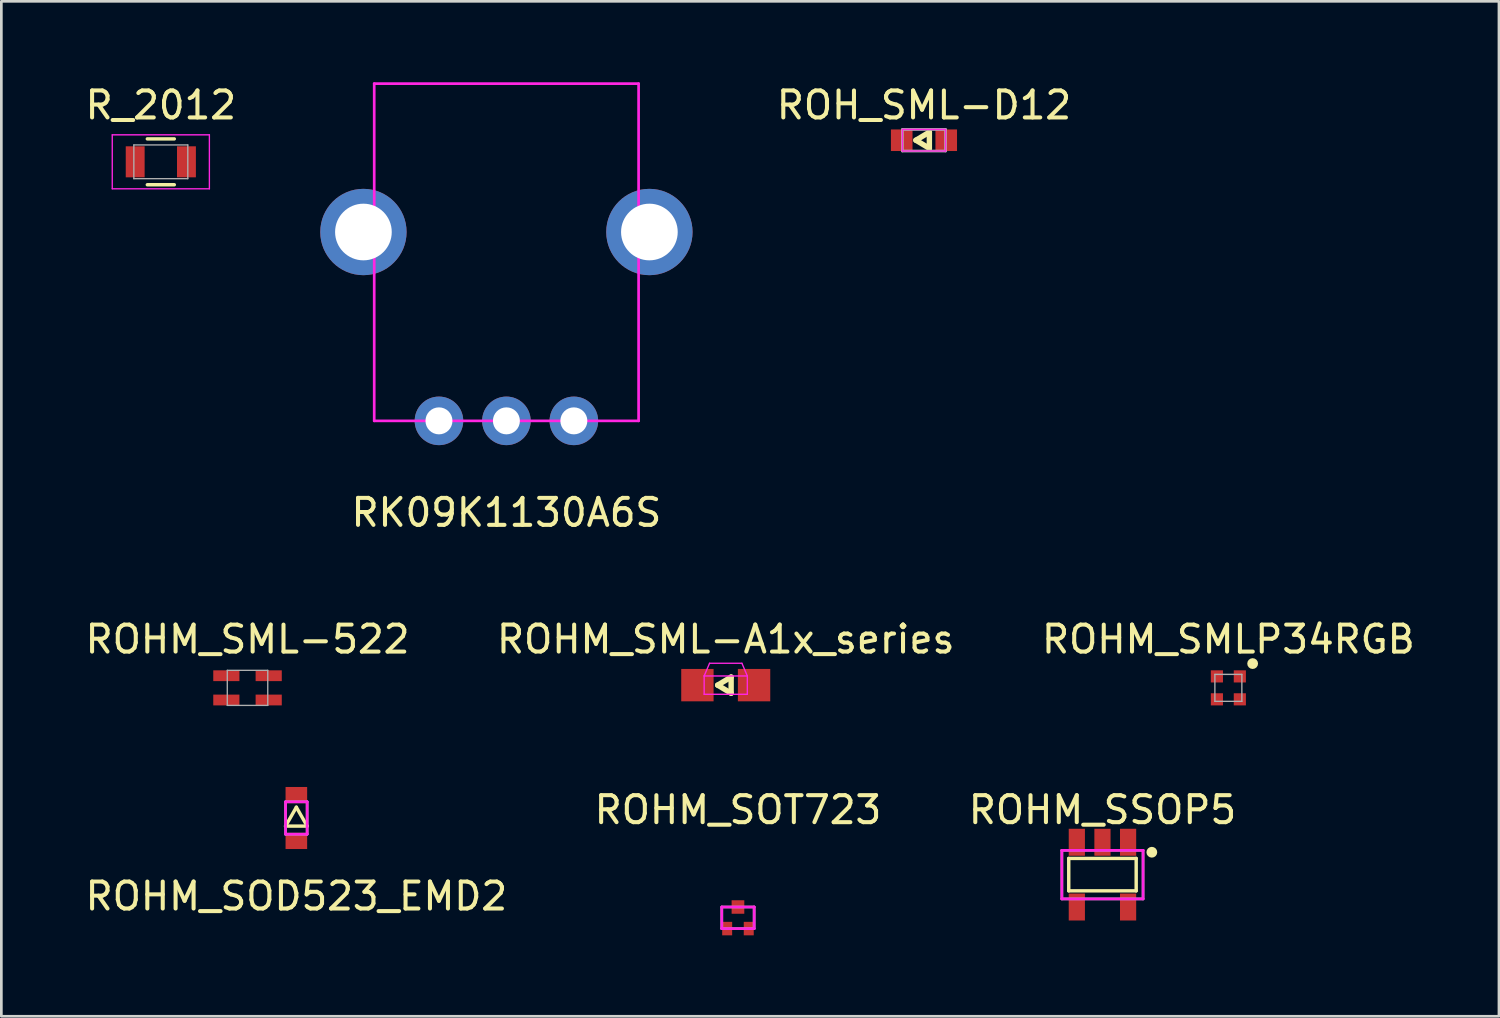
<source format=kicad_pcb>
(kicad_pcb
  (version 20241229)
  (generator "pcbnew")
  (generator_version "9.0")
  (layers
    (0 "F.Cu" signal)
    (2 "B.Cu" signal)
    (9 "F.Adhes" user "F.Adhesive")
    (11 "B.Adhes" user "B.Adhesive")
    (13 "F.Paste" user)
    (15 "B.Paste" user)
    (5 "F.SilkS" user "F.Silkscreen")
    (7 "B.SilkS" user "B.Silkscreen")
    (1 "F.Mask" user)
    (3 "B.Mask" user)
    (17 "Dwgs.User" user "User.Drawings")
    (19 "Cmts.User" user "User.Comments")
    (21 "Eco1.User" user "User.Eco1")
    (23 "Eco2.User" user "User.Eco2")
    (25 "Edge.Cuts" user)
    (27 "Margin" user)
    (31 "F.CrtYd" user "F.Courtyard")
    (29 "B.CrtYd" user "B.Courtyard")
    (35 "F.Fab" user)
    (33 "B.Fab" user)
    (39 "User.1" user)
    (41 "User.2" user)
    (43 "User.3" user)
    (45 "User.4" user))
  (footprint "ROHM_SOD523_EMD2"
    (layer "F.Cu")
    (at 7.935 27.271)
    (property "Reference" "ROHM_SOD523_EMD2" (at 0 2.9 0) (layer "F.SilkS") (effects (font (size 1 1) (thickness 0.15))))
    (attr smd)
    (fp_line (start -0.4 0.3) (end 0.4 0.3) (stroke (width 0.127) (type solid)) (layer "F.SilkS"))
    (fp_line (start 0 -0.4) (end -0.4 0.3) (stroke (width 0.127) (type solid)) (layer "F.SilkS"))
    (fp_line (start 0.4 0.3) (end 0 -0.4) (stroke (width 0.127) (type solid)) (layer "F.SilkS"))
    (fp_line (start -0.4 -0.6) (end 0.4 -0.6) (stroke (width 0.1) (type solid)) (layer "F.CrtYd"))
    (fp_line (start -0.4 0.6) (end -0.4 -0.6) (stroke (width 0.1) (type solid)) (layer "F.CrtYd"))
    (fp_line (start 0.4 -0.6) (end 0.4 0.6) (stroke (width 0.1) (type solid)) (layer "F.CrtYd"))
    (fp_line (start 0.4 0.6) (end -0.4 0.6) (stroke (width 0.1) (type solid)) (layer "F.CrtYd"))
    (fp_line (start -0.4 -0.6) (end 0.4 -0.6) (stroke (width 0.1) (type solid)) (layer "F.Fab"))
    (fp_line (start -0.4 0.6) (end -0.4 -0.6) (stroke (width 0.1) (type solid)) (layer "F.Fab"))
    (fp_line (start 0.4 -0.6) (end 0.4 0.6) (stroke (width 0.1) (type solid)) (layer "F.Fab"))
    (fp_line (start 0.4 0.6) (end -0.4 0.6) (stroke (width 0.1) (type solid)) (layer "F.Fab"))
    (pad "1" smd rect (at 0 -0.85) (size 0.8 0.6) (layers "F.Cu" "F.Mask" "F.Paste"))
    (pad "2" smd rect (at 0 0.85) (size 0.8 0.6) (layers "F.Cu" "F.Mask" "F.Paste")))
  (footprint "ROHM_SMLP34RGB"
    (layer "F.Cu")
    (at 42.482 22.447)
    (property "Reference" "ROHM_SMLP34RGB" (at 0 -1.8 0) (layer "F.SilkS") (effects (font (size 1 1) (thickness 0.15))))
    (attr smd)
    (fp_circle (center 0.9 -0.9) (end 1 -0.9) (stroke (width 0.2) (type solid)) (fill no) (layer "F.SilkS"))
    (fp_line (start -0.5 -0.5) (end 0.5 -0.5) (stroke (width 0.05) (type solid)) (layer "F.Fab"))
    (fp_line (start -0.5 0.5) (end -0.5 -0.5) (stroke (width 0.05) (type solid)) (layer "F.Fab"))
    (fp_line (start 0.5 -0.5) (end 0.5 0.5) (stroke (width 0.05) (type solid)) (layer "F.Fab"))
    (fp_line (start 0.5 0.5) (end -0.5 0.5) (stroke (width 0.05) (type solid)) (layer "F.Fab"))
    (pad "1" smd rect (at 0.425 -0.425) (size 0.45 0.45) (layers "F.Cu" "F.Mask" "F.Paste"))
    (pad "2" smd rect (at 0.425 0.425) (size 0.45 0.45) (layers "F.Cu" "F.Mask" "F.Paste"))
    (pad "3" smd rect (at -0.425 0.425) (size 0.45 0.45) (layers "F.Cu" "F.Mask" "F.Paste"))
    (pad "4" smd rect (at -0.425 -0.425) (size 0.45 0.45) (layers "F.Cu" "F.Mask" "F.Paste")))
  (footprint "RK09K1130A6S"
    (layer "F.Cu")
    (at 15.721 5.55)
    (property "Reference" "RK09K1130A6S" (at 0 10.4 0) (layer "F.SilkS") (effects (font (size 1 1) (thickness 0.15))))
    (attr through_hole)
    (fp_line (start -4.9 -5.5) (end -4.9 7) (stroke (width 0.1) (type solid)) (layer "F.CrtYd"))
    (fp_line (start -4.9 7) (end 4.9 7) (stroke (width 0.1) (type solid)) (layer "F.CrtYd"))
    (fp_line (start 4.9 -5.5) (end -4.9 -5.5) (stroke (width 0.1) (type solid)) (layer "F.CrtYd"))
    (fp_line (start 4.9 7) (end 4.9 -5.5) (stroke (width 0.1) (type solid)) (layer "F.CrtYd"))
    (pad "" thru_hole circle (at -5.3 0) (size 3.2 3.2) (drill 2.1) (layers "*.Cu" "*.Mask"))
    (pad "" thru_hole circle (at 5.3 0) (size 3.2 3.2) (drill 2.1) (layers "*.Cu" "*.Mask"))
    (pad "1" thru_hole circle (at -2.5 7) (size 1.8 1.8) (drill 1) (layers "*.Cu" "*.Mask"))
    (pad "2" thru_hole circle (at 0 7) (size 1.8 1.8) (drill 1) (layers "*.Cu" "*.Mask"))
    (pad "3" thru_hole circle (at 2.5 7) (size 1.8 1.8) (drill 1) (layers "*.Cu" "*.Mask")))
  (footprint "ROHM_SSOP5"
    (layer "F.Cu")
    (at 37.815 29.37)
    (property "Reference" "ROHM_SSOP5" (at 0 -2.4 0) (layer "F.SilkS") (effects (font (size 1 1) (thickness 0.15))))
    (attr smd)
    (fp_line (start -1.25 -0.6) (end 1.25 -0.6) (stroke (width 0.127) (type solid)) (layer "F.SilkS"))
    (fp_line (start -1.25 0.6) (end -1.25 -0.6) (stroke (width 0.127) (type solid)) (layer "F.SilkS"))
    (fp_line (start 1.25 -0.6) (end 1.25 0.6) (stroke (width 0.127) (type solid)) (layer "F.SilkS"))
    (fp_line (start 1.25 0.6) (end -1.25 0.6) (stroke (width 0.127) (type solid)) (layer "F.SilkS"))
    (fp_circle (center 1.83 -0.83) (end 1.83 -0.93) (stroke (width 0.2) (type solid)) (fill no) (layer "F.SilkS"))
    (fp_line (start -1.505 -0.9) (end 1.505 -0.9) (stroke (width 0.1) (type solid)) (layer "F.CrtYd"))
    (fp_line (start -1.505 0.9) (end -1.505 -0.9) (stroke (width 0.1) (type solid)) (layer "F.CrtYd"))
    (fp_line (start 1.505 -0.9) (end 1.505 0.9) (stroke (width 0.1) (type solid)) (layer "F.CrtYd"))
    (fp_line (start 1.505 0.9) (end -1.505 0.9) (stroke (width 0.1) (type solid)) (layer "F.CrtYd"))
    (fp_line (start -1.505 -0.9) (end 1.505 -0.9) (stroke (width 0.1) (type solid)) (layer "F.Fab"))
    (fp_line (start -1.505 0.9) (end -1.505 -0.9) (stroke (width 0.1) (type solid)) (layer "F.Fab"))
    (fp_line (start 1.505 -0.9) (end 1.505 0.9) (stroke (width 0.1) (type solid)) (layer "F.Fab"))
    (fp_line (start 1.505 0.9) (end -1.505 0.9) (stroke (width 0.1) (type solid)) (layer "F.Fab"))
    (pad "1" smd rect (at 0.95 -1.2) (size 0.6 1) (layers "F.Cu" "F.Mask" "F.Paste"))
    (pad "2" smd rect (at 0 -1.2) (size 0.6 1) (layers "F.Cu" "F.Mask" "F.Paste"))
    (pad "3" smd rect (at -0.95 -1.2) (size 0.6 1) (layers "F.Cu" "F.Mask" "F.Paste"))
    (pad "4" smd rect (at -0.95 1.2) (size 0.6 1) (layers "F.Cu" "F.Mask" "F.Paste"))
    (pad "5" smd rect (at 0.95 1.2) (size 0.6 1) (layers "F.Cu" "F.Mask" "F.Paste")))
  (footprint "ROHM_SML-A1x_series"
    (layer "F.Cu")
    (at 23.851 22.346)
    (property "Reference" "ROHM_SML-A1x_series" (at 0 -1.7 0) (layer "F.SilkS") (effects (font (size 1 1) (thickness 0.15))))
    (attr smd)
    (fp_line (start -0.3 0) (end 0.2 -0.3) (stroke (width 0.2) (type solid)) (layer "F.SilkS"))
    (fp_line (start -0.3 0) (end 0.2 0.3) (stroke (width 0.2) (type solid)) (layer "F.SilkS"))
    (fp_line (start 0.2 0.3) (end 0.2 -0.3) (stroke (width 0.2) (type solid)) (layer "F.SilkS"))
    (fp_line (start -0.8 -0.34) (end -0.6 -0.81) (stroke (width 0.05) (type solid)) (layer "F.CrtYd"))
    (fp_line (start -0.8 -0.34) (end 0.8 -0.34) (stroke (width 0.05) (type solid)) (layer "F.CrtYd"))
    (fp_line (start -0.8 0.34) (end -0.8 -0.34) (stroke (width 0.05) (type solid)) (layer "F.CrtYd"))
    (fp_line (start -0.6 -0.81) (end 0.6 -0.81) (stroke (width 0.05) (type solid)) (layer "F.CrtYd"))
    (fp_line (start 0.6 -0.81) (end 0.8 -0.34) (stroke (width 0.05) (type solid)) (layer "F.CrtYd"))
    (fp_line (start 0.8 -0.34) (end 0.8 0.34) (stroke (width 0.05) (type solid)) (layer "F.CrtYd"))
    (fp_line (start 0.8 0.34) (end -0.8 0.34) (stroke (width 0.05) (type solid)) (layer "F.CrtYd"))
    (pad "1" smd rect (at -1.05 0) (size 1.2 1.2) (layers "F.Cu" "F.Mask" "F.Paste"))
    (pad "2" smd rect (at 1.05 0) (size 1.2 1.2) (layers "F.Cu" "F.Mask" "F.Paste")))
  (footprint "ROHM_SML-522"
    (layer "F.Cu")
    (at 6.125 22.447)
    (property "Reference" "ROHM_SML-522" (at 0 -1.8 0) (layer "F.SilkS") (effects (font (size 1 1) (thickness 0.15))))
    (attr smd)
    (fp_line (start -0.75 -0.65) (end 0.75 -0.65) (stroke (width 0.05) (type solid)) (layer "F.Fab"))
    (fp_line (start -0.75 0.65) (end -0.75 -0.65) (stroke (width 0.05) (type solid)) (layer "F.Fab"))
    (fp_line (start 0.75 -0.65) (end 0.75 0.65) (stroke (width 0.05) (type solid)) (layer "F.Fab"))
    (fp_line (start 0.75 0.65) (end -0.75 0.65) (stroke (width 0.05) (type solid)) (layer "F.Fab"))
    (pad "1" smd rect (at 0.785 -0.45) (size 0.97 0.4) (layers "F.Cu" "F.Mask" "F.Paste"))
    (pad "2" smd rect (at -0.785 -0.45) (size 0.97 0.4) (layers "F.Cu" "F.Mask" "F.Paste"))
    (pad "3" smd rect (at 0.785 0.45) (size 0.97 0.4) (layers "F.Cu" "F.Mask" "F.Paste"))
    (pad "4" smd rect (at -0.785 0.45) (size 0.97 0.4) (layers "F.Cu" "F.Mask" "F.Paste")))
  (footprint "ROHM_SOT723"
    (layer "F.Cu")
    (at 24.304 30.97)
    (property "Reference" "ROHM_SOT723" (at 0 -4 0) (layer "F.SilkS") (effects (font (size 1 1) (thickness 0.15))))
    (attr smd)
    (fp_line (start -0.6 -0.4) (end 0.6 -0.4) (stroke (width 0.1) (type solid)) (layer "F.CrtYd"))
    (fp_line (start -0.6 0.4) (end -0.6 -0.4) (stroke (width 0.1) (type solid)) (layer "F.CrtYd"))
    (fp_line (start 0.6 -0.4) (end 0.6 0.4) (stroke (width 0.1) (type solid)) (layer "F.CrtYd"))
    (fp_line (start 0.6 0.4) (end -0.6 0.4) (stroke (width 0.1) (type solid)) (layer "F.CrtYd"))
    (fp_line (start -0.6 0.4) (end -0.6 -0.4) (stroke (width 0.1) (type solid)) (layer "F.Fab"))
    (fp_line (start -0.59 -0.4) (end 0.6 -0.4) (stroke (width 0.1) (type solid)) (layer "F.Fab"))
    (fp_line (start 0.6 -0.4) (end 0.6 0.4) (stroke (width 0.1) (type solid)) (layer "F.Fab"))
    (fp_line (start 0.6 0.4) (end -0.6 0.4) (stroke (width 0.1) (type solid)) (layer "F.Fab"))
    (pad "1" smd rect (at -0.4 0.4) (size 0.37 0.5) (layers "F.Cu" "F.Mask" "F.Paste"))
    (pad "2" smd rect (at 0.4 0.4) (size 0.37 0.5) (layers "F.Cu" "F.Mask" "F.Paste"))
    (pad "3" smd rect (at 0 -0.4) (size 0.47 0.5) (layers "F.Cu" "F.Mask" "F.Paste")))
  (footprint "ROH_SML-D12"
    (layer "F.Cu")
    (at 31.199 2.148)
    (property "Reference" "ROH_SML-D12" (at 0 -1.3 0) (layer "F.SilkS") (effects (font (size 1 1) (thickness 0.15))))
    (attr smd)
    (fp_line (start -0.3 0) (end 0.2 -0.3) (stroke (width 0.2) (type solid)) (layer "F.SilkS"))
    (fp_line (start 0.2 -0.3) (end 0.2 0.3) (stroke (width 0.2) (type solid)) (layer "F.SilkS"))
    (fp_line (start 0.2 0.3) (end -0.3 0) (stroke (width 0.2) (type solid)) (layer "F.SilkS"))
    (fp_line (start -0.8 -0.4) (end 0.8 -0.4) (stroke (width 0.05) (type solid)) (layer "F.CrtYd"))
    (fp_line (start -0.8 0.4) (end -0.8 -0.4) (stroke (width 0.05) (type solid)) (layer "F.CrtYd"))
    (fp_line (start 0.8 -0.4) (end 0.8 0.4) (stroke (width 0.05) (type solid)) (layer "F.CrtYd"))
    (fp_line (start 0.8 0.4) (end -0.8 0.4) (stroke (width 0.05) (type solid)) (layer "F.CrtYd"))
    (fp_line (start -0.8 -0.4) (end 0.8 -0.4) (stroke (width 0.1) (type solid)) (layer "F.Fab"))
    (fp_line (start -0.8 0.4) (end -0.8 -0.4) (stroke (width 0.1) (type solid)) (layer "F.Fab"))
    (fp_line (start 0.8 -0.4) (end 0.8 0.4) (stroke (width 0.1) (type solid)) (layer "F.Fab"))
    (fp_line (start 0.8 0.4) (end -0.8 0.4) (stroke (width 0.1) (type solid)) (layer "F.Fab"))
    (pad "1" smd rect (at -0.825 0) (size 0.8 0.8) (layers "F.Cu" "F.Mask" "F.Paste"))
    (pad "2" smd rect (at 0.825 0) (size 0.8 0.8) (layers "F.Cu" "F.Mask" "F.Paste")))
  (footprint "R_2012"
    (layer "F.Cu")
    (at 2.911 2.948)
    (property "Reference" "R_2012" (at 0 -2.1 0) (layer "F.SilkS") (effects (font (size 1 1) (thickness 0.15))))
    (attr smd)
    (fp_line (start -0.5 0.85) (end 0.5 0.85) (stroke (width 0.127) (type solid)) (layer "F.SilkS"))
    (fp_line (start 0.5 -0.85) (end -0.5 -0.85) (stroke (width 0.127) (type solid)) (layer "F.SilkS"))
    (fp_line (start -1.8 -1) (end -1.8 1) (stroke (width 0.05) (type solid)) (layer "F.CrtYd"))
    (fp_line (start -1.8 -1) (end 1.8 -1) (stroke (width 0.05) (type solid)) (layer "F.CrtYd"))
    (fp_line (start -1.8 1) (end 1.8 1) (stroke (width 0.05) (type solid)) (layer "F.CrtYd"))
    (fp_line (start 1.8 -1) (end 1.8 1) (stroke (width 0.05) (type solid)) (layer "F.CrtYd"))
    (fp_line (start -1 -0.625) (end 1 -0.625) (stroke (width 0.05) (type solid)) (layer "F.Fab"))
    (fp_line (start -1 0.625) (end -1 -0.625) (stroke (width 0.05) (type solid)) (layer "F.Fab"))
    (fp_line (start 1 -0.625) (end 1 0.625) (stroke (width 0.05) (type solid)) (layer "F.Fab"))
    (fp_line (start 1 0.625) (end -1 0.625) (stroke (width 0.05) (type solid)) (layer "F.Fab"))
    (pad "1" smd rect (at -0.95 0) (size 0.7 1.15) (layers "F.Cu" "F.Mask" "F.Paste"))
    (pad "2" smd rect (at 0.95 0) (size 0.7 1.15) (layers "F.Cu" "F.Mask" "F.Paste")))
  (gr_rect
    (start -3 -3)
    (end 52.512 34.62)
    (stroke (width 0.1) (type default))
    (fill no)
    (layer "Edge.Cuts")))
</source>
